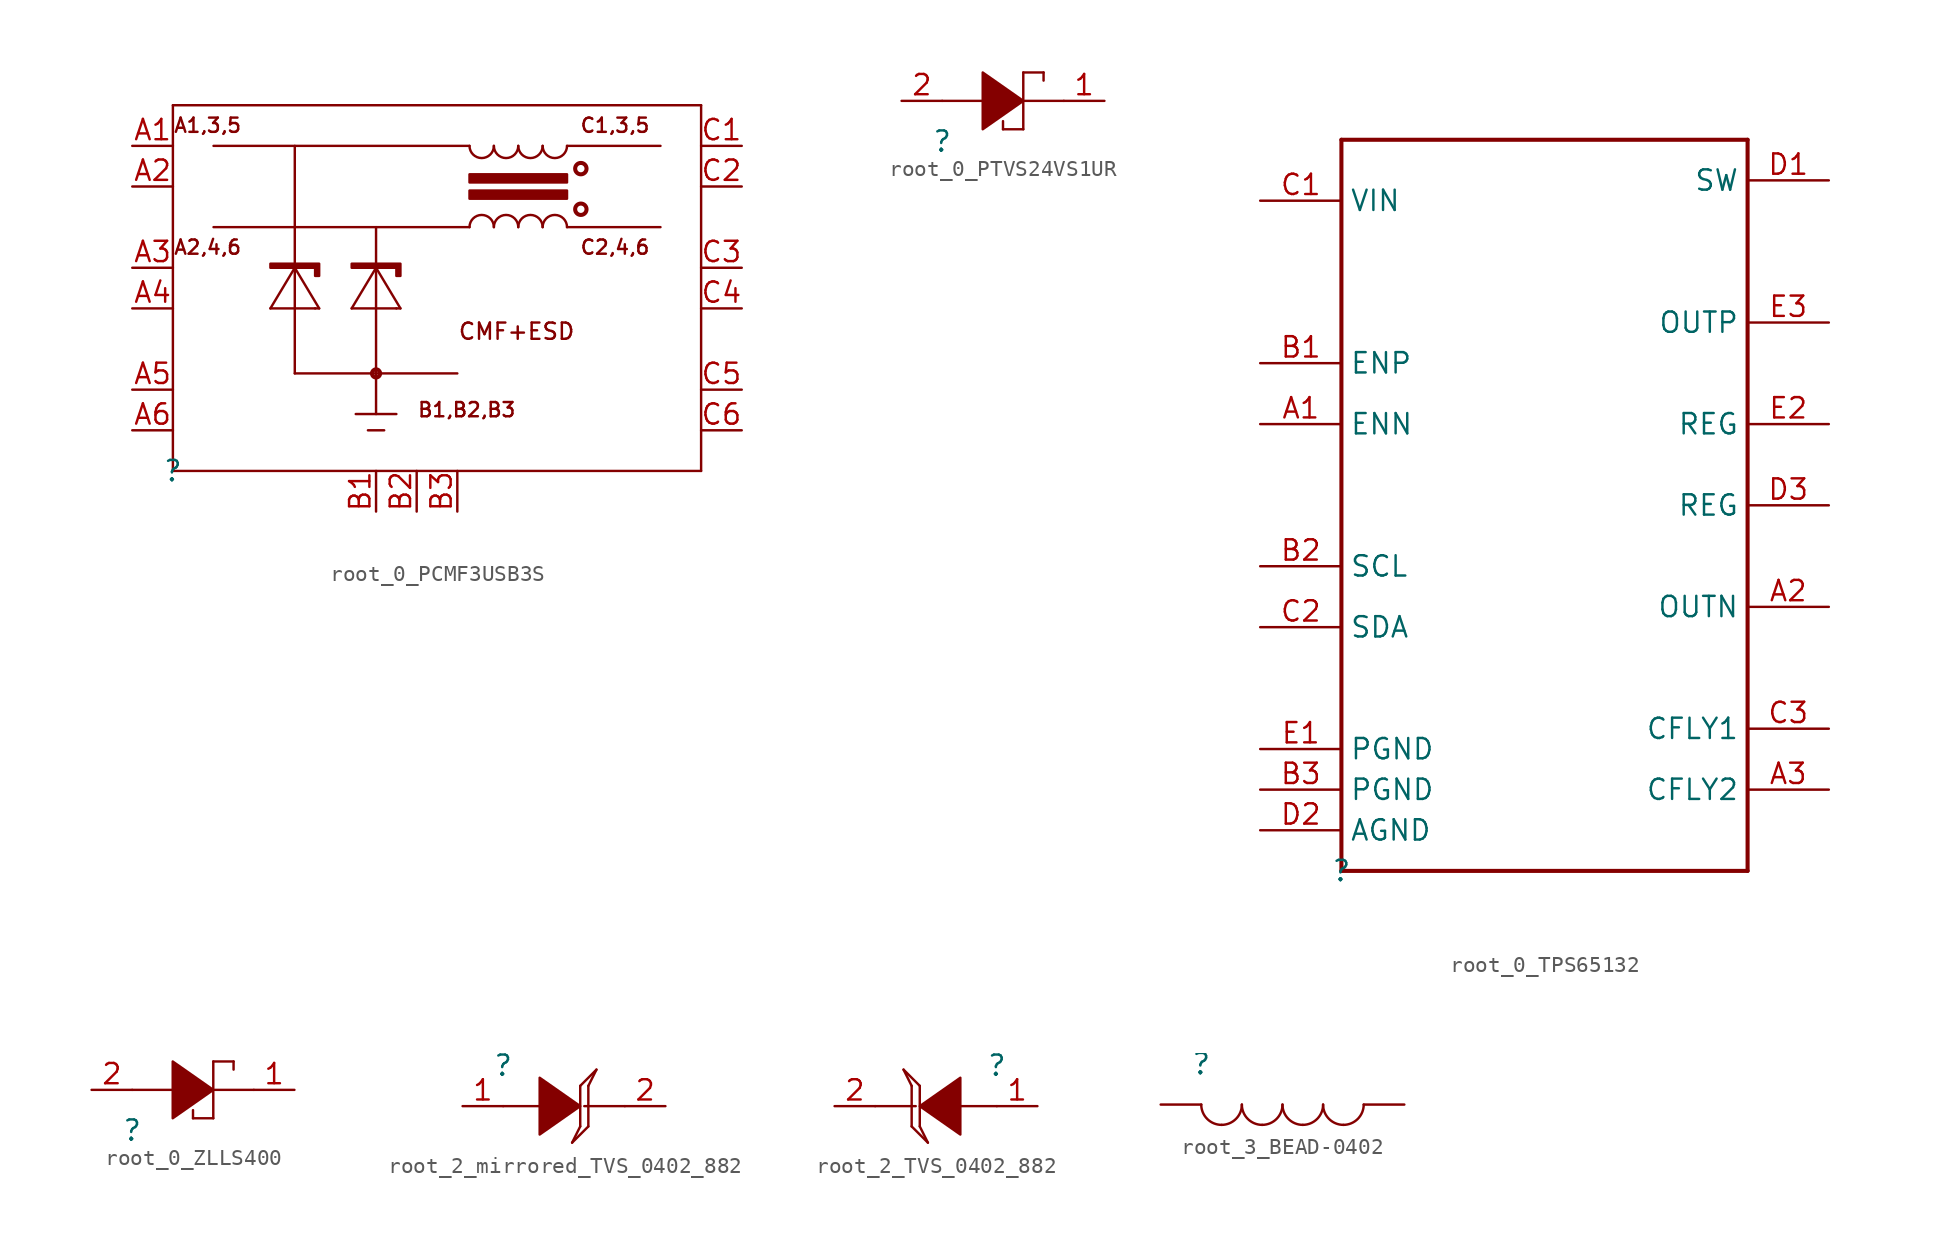
<source format=kicad_sym>
(kicad_symbol_lib
  (version 20220914)
  (generator kicad_symbol_editor)
  (symbol "root_0_PCMF3USB3S"
    (property "Reference" ""
      (at 0 0 0)
      (effects (font (size 1.27 1.27))))
    (property "Value" ""
      (at 0 0 0)
      (effects (font (size 1.27 1.27))))
    (symbol "root_0_PCMF3USB3S_1_0"
      (polyline (pts (xy 0 0) (xy 0 22.86)) (stroke (width 0) (type solid)) (fill (type none)))
      (polyline (pts (xy 0 22.86) (xy 33.02 22.86)) (stroke (width 0) (type solid)) (fill (type none)))
      (polyline (pts (xy 6.096 10.16) (xy 8.89 10.16)) (stroke (width 0) (type solid)) (fill (type none)))
      (polyline (pts (xy 7.62 6.096) (xy 7.62 20.32)) (stroke (width 0) (type solid)) (fill (type none)))
      (polyline (pts (xy 7.62 6.096) (xy 17.78 6.096)) (stroke (width 0) (type solid)) (fill (type none)))
      (polyline (pts (xy 7.62 12.7) (xy 6.096 10.16)) (stroke (width 0) (type solid)) (fill (type none)))
      (polyline (pts (xy 7.62 12.7) (xy 7.62 12.7)) (stroke (width 0) (type solid)) (fill (type none)))
      (polyline (pts (xy 8.89 10.16) (xy 9.144 10.16)) (stroke (width 0) (type solid)) (fill (type none)))
      (polyline (pts (xy 9.144 10.16) (xy 7.62 12.7)) (stroke (width 0) (type solid)) (fill (type none)))
      (polyline (pts (xy 11.176 10.16) (xy 13.97 10.16)) (stroke (width 0) (type solid)) (fill (type none)))
      (polyline (pts (xy 11.43 3.556) (xy 13.97 3.556)) (stroke (width 0) (type solid)) (fill (type none)))
      (polyline (pts (xy 12.192 2.54) (xy 13.208 2.54)) (stroke (width 0) (type solid)) (fill (type none)))
      (polyline (pts (xy 12.7 3.556) (xy 12.7 15.24)) (stroke (width 0) (type solid)) (fill (type none)))
      (polyline (pts (xy 12.7 12.7) (xy 11.176 10.16)) (stroke (width 0) (type solid)) (fill (type none)))
      (polyline (pts (xy 12.7 12.7) (xy 12.7 12.7)) (stroke (width 0) (type solid)) (fill (type none)))
      (polyline (pts (xy 13.97 10.16) (xy 14.224 10.16)) (stroke (width 0) (type solid)) (fill (type none)))
      (polyline (pts (xy 14.224 10.16) (xy 12.7 12.7)) (stroke (width 0) (type solid)) (fill (type none)))
      (polyline (pts (xy 18.542 15.24) (xy 2.54 15.24)) (stroke (width 0) (type solid)) (fill (type none)))
      (polyline (pts (xy 18.542 20.32) (xy 2.54 20.32)) (stroke (width 0) (type solid)) (fill (type none)))
      (polyline (pts (xy 24.638 15.24) (xy 30.48 15.24)) (stroke (width 0) (type solid)) (fill (type none)))
      (polyline (pts (xy 24.638 20.32) (xy 30.48 20.32)) (stroke (width 0) (type solid)) (fill (type none)))
      (polyline (pts (xy 33.02 0) (xy 0 0)) (stroke (width 0) (type solid)) (fill (type none)))
      (polyline (pts (xy 33.02 22.86) (xy 33.02 0)) (stroke (width 0) (type solid)) (fill (type none)))
      (polyline (pts (xy 18.542 17.018) (xy 18.542 17.526) (xy 24.638 17.526) (xy 24.638 17.018) (xy 18.542 17.018) (xy 18.542 17.018)) (stroke (width 0) (type solid)) (fill (type outline)))
      (polyline (pts (xy 18.542 18.034) (xy 18.542 18.542) (xy 24.638 18.542) (xy 24.638 18.034) (xy 18.542 18.034) (xy 18.542 18.034)) (stroke (width 0) (type solid)) (fill (type outline)))
      (polyline (pts (xy 6.096 12.7) (xy 6.096 12.7) (xy 8.89 12.7) (xy 8.89 12.192) (xy 9.144 12.192) (xy 9.144 12.954) (xy 6.096 12.954) (xy 6.096 12.7) (xy 6.096 12.7)) (stroke (width 0) (type solid)) (fill (type outline)))
      (polyline (pts (xy 11.176 12.7) (xy 11.176 12.7) (xy 13.97 12.7) (xy 13.97 12.192) (xy 14.224 12.192) (xy 14.224 12.954) (xy 11.176 12.954) (xy 11.176 12.7) (xy 11.176 12.7)) (stroke (width 0) (type solid)) (fill (type outline)))
      (circle (center 12.7 6.096) (radius 0.254) (stroke (width 0.254) (type solid)) (fill (type none)))
      (arc (start 18.542 20.32) (mid 19.304 19.558) (end 20.066 20.32) (stroke (width 0) (type solid)) (fill (type none)))
      (arc (start 20.066 15.24) (mid 19.304 16.002) (end 18.542 15.24) (stroke (width 0) (type solid)) (fill (type none)))
      (arc (start 20.066 20.32) (mid 20.828 19.558) (end 21.59 20.32) (stroke (width 0) (type solid)) (fill (type none)))
      (arc (start 21.59 15.24) (mid 20.828 16.002) (end 20.066 15.24) (stroke (width 0) (type solid)) (fill (type none)))
      (arc (start 21.59 20.32) (mid 22.352 19.558) (end 23.114 20.32) (stroke (width 0) (type solid)) (fill (type none)))
      (arc (start 23.114 15.24) (mid 22.352 16.002) (end 21.59 15.24) (stroke (width 0) (type solid)) (fill (type none)))
      (arc (start 23.114 20.32) (mid 23.876 19.558) (end 24.638 20.32) (stroke (width 0) (type solid)) (fill (type none)))
      (arc (start 24.638 15.24) (mid 23.876 16.002) (end 23.114 15.24) (stroke (width 0) (type solid)) (fill (type none)))
      (circle (center 25.502 16.358) (radius 0.356) (stroke (width 0.254) (type solid)) (fill (type none)))
      (circle (center 25.502 18.898) (radius 0.356) (stroke (width 0.254) (type solid)) (fill (type none)))
      (text "A1,3,5" (at 0 21.082 0) (effects (font (size 0.889 0.889)) (justify left bottom)))
      (text "A2,4,6" (at 0 13.462 0) (effects (font (size 0.889 0.889)) (justify left bottom)))
      (text "B1,B2,B3" (at 15.24 3.302 0) (effects (font (size 0.889 0.889)) (justify left bottom)))
      (text "C1,3,5" (at 25.4 21.082 0) (effects (font (size 0.889 0.889)) (justify left bottom)))
      (text "C2,4,6" (at 25.4 13.462 0) (effects (font (size 0.889 0.889)) (justify left bottom)))
      (text "CMF+ESD" (at 17.78 8.128 0) (effects (font (size 1.016 1.016)) (justify left bottom)))
      (pin passive line (at -2.54 20.32 0) (length 2.54) (name "CH1_IN+" (effects (font (size 0 0)))) (number "A1" (effects (font (size 1.27 1.27)))))
      (pin passive line (at -2.54 17.78 0) (length 2.54) (name "CH1_IN-" (effects (font (size 0 0)))) (number "A2" (effects (font (size 1.27 1.27)))))
      (pin passive line (at -2.54 12.7 0) (length 2.54) (name "CH2_IN+" (effects (font (size 0 0)))) (number "A3" (effects (font (size 1.27 1.27)))))
      (pin passive line (at -2.54 10.16 0) (length 2.54) (name "CH2_IN-" (effects (font (size 0 0)))) (number "A4" (effects (font (size 1.27 1.27)))))
      (pin passive line (at -2.54 5.08 0) (length 2.54) (name "CH3_IN+" (effects (font (size 0 0)))) (number "A5" (effects (font (size 1.27 1.27)))))
      (pin passive line (at -2.54 2.54 0) (length 2.54) (name "CH3_IN-" (effects (font (size 0 0)))) (number "A6" (effects (font (size 1.27 1.27)))))
      (pin power_in line (at 12.7 -2.54 90) (length 2.54) (name "GND_CH1" (effects (font (size 0 0)))) (number "B1" (effects (font (size 1.27 1.27)))))
      (pin power_in line (at 15.24 -2.54 90) (length 2.54) (name "GND_CH2" (effects (font (size 0 0)))) (number "B2" (effects (font (size 1.27 1.27)))))
      (pin power_in line (at 17.78 -2.54 90) (length 2.54) (name "GND_CH3" (effects (font (size 0 0)))) (number "B3" (effects (font (size 1.27 1.27)))))
      (pin passive line (at 35.56 20.32 180) (length 2.54) (name "CH1_OUT+" (effects (font (size 0 0)))) (number "C1" (effects (font (size 1.27 1.27)))))
      (pin passive line (at 35.56 17.78 180) (length 2.54) (name "CH1_OUT-" (effects (font (size 0 0)))) (number "C2" (effects (font (size 1.27 1.27)))))
      (pin passive line (at 35.56 12.7 180) (length 2.54) (name "CH2_OUT+" (effects (font (size 0 0)))) (number "C3" (effects (font (size 1.27 1.27)))))
      (pin passive line (at 35.56 10.16 180) (length 2.54) (name "CH2_OUT-" (effects (font (size 0 0)))) (number "C4" (effects (font (size 1.27 1.27)))))
      (pin passive line (at 35.56 5.08 180) (length 2.54) (name "CH3_OUT+" (effects (font (size 0 0)))) (number "C5" (effects (font (size 1.27 1.27)))))
      (pin passive line (at 35.56 2.54 180) (length 2.54) (name "CH3_OUT-" (effects (font (size 0 0)))) (number "C6" (effects (font (size 1.27 1.27)))))))
  (symbol "root_0_PTVS24VS1UR"
    (property "Reference" ""
      (at 0 0 0)
      (effects (font (size 1.27 1.27))))
    (property "Value" ""
      (at 0 0 0)
      (effects (font (size 1.27 1.27))))
    (symbol "root_0_PTVS24VS1UR_1_0"
      (polyline (pts (xy 0 2.54) (xy 2.54 2.54)) (stroke (width 0) (type solid)) (fill (type none)))
      (polyline (pts (xy 3.81 0.762) (xy 3.81 1.27)) (stroke (width 0) (type solid)) (fill (type none)))
      (polyline (pts (xy 5.08 0.762) (xy 3.81 0.762)) (stroke (width 0) (type solid)) (fill (type none)))
      (polyline (pts (xy 5.08 2.54) (xy 7.62 2.54)) (stroke (width 0) (type solid)) (fill (type none)))
      (polyline (pts (xy 5.08 4.318) (xy 5.08 0.762)) (stroke (width 0) (type solid)) (fill (type none)))
      (polyline (pts (xy 5.08 4.318) (xy 6.35 4.318)) (stroke (width 0) (type solid)) (fill (type none)))
      (polyline (pts (xy 6.35 4.318) (xy 6.35 3.81)) (stroke (width 0) (type solid)) (fill (type none)))
      (polyline (pts (xy 5.08 2.54) (xy 5.08 2.54) (xy 2.54 0.762) (xy 2.54 4.318) (xy 5.08 2.54) (xy 5.08 2.54)) (stroke (width 0) (type solid)) (fill (type outline)))
      (pin passive line (at 10.16 2.54 180) (length 2.54) (name "C" (effects (font (size 0 0)))) (number "1" (effects (font (size 1.27 1.27)))))
      (pin passive line (at -2.54 2.54 0) (length 2.54) (name "A" (effects (font (size 0 0)))) (number "2" (effects (font (size 1.27 1.27)))))))
  (symbol "root_0_TPS65132"
    (property "Reference" ""
      (at 0 0 0)
      (effects (font (size 1.27 1.27))))
    (property "Value" ""
      (at 0 0 0)
      (effects (font (size 1.27 1.27))))
    (symbol "root_0_TPS65132_1_0"
      (polyline (pts (xy 0 0) (xy 25.4 0)) (stroke (width 0.254) (type solid)) (fill (type none)))
      (polyline (pts (xy 0 45.72) (xy 0 0)) (stroke (width 0.254) (type solid)) (fill (type none)))
      (polyline (pts (xy 25.4 0) (xy 25.4 45.72)) (stroke (width 0.254) (type solid)) (fill (type none)))
      (polyline (pts (xy 25.4 45.72) (xy 0 45.72)) (stroke (width 0.254) (type solid)) (fill (type none)))
      (pin passive line (at -5.08 27.94 0) (length 5.08) (name "ENN" (effects (font (size 1.27 1.27)))) (number "A1" (effects (font (size 1.27 1.27)))))
      (pin passive line (at 30.48 16.51 180) (length 5.08) (name "OUTN" (effects (font (size 1.27 1.27)))) (number "A2" (effects (font (size 1.27 1.27)))))
      (pin passive line (at 30.48 5.08 180) (length 5.08) (name "CFLY2" (effects (font (size 1.27 1.27)))) (number "A3" (effects (font (size 1.27 1.27)))))
      (pin passive line (at -5.08 31.75 0) (length 5.08) (name "ENP" (effects (font (size 1.27 1.27)))) (number "B1" (effects (font (size 1.27 1.27)))))
      (pin passive line (at -5.08 19.05 0) (length 5.08) (name "SCL" (effects (font (size 1.27 1.27)))) (number "B2" (effects (font (size 1.27 1.27)))))
      (pin passive line (at -5.08 5.08 0) (length 5.08) (name "PGND" (effects (font (size 1.27 1.27)))) (number "B3" (effects (font (size 1.27 1.27)))))
      (pin passive line (at -5.08 41.91 0) (length 5.08) (name "VIN" (effects (font (size 1.27 1.27)))) (number "C1" (effects (font (size 1.27 1.27)))))
      (pin passive line (at -5.08 15.24 0) (length 5.08) (name "SDA" (effects (font (size 1.27 1.27)))) (number "C2" (effects (font (size 1.27 1.27)))))
      (pin passive line (at 30.48 8.89 180) (length 5.08) (name "CFLY1" (effects (font (size 1.27 1.27)))) (number "C3" (effects (font (size 1.27 1.27)))))
      (pin passive line (at 30.48 43.18 180) (length 5.08) (name "SW" (effects (font (size 1.27 1.27)))) (number "D1" (effects (font (size 1.27 1.27)))))
      (pin passive line (at -5.08 2.54 0) (length 5.08) (name "AGND" (effects (font (size 1.27 1.27)))) (number "D2" (effects (font (size 1.27 1.27)))))
      (pin passive line (at 30.48 22.86 180) (length 5.08) (name "REG" (effects (font (size 1.27 1.27)))) (number "D3" (effects (font (size 1.27 1.27)))))
      (pin passive line (at -5.08 7.62 0) (length 5.08) (name "PGND" (effects (font (size 1.27 1.27)))) (number "E1" (effects (font (size 1.27 1.27)))))
      (pin passive line (at 30.48 27.94 180) (length 5.08) (name "REG" (effects (font (size 1.27 1.27)))) (number "E2" (effects (font (size 1.27 1.27)))))
      (pin passive line (at 30.48 34.29 180) (length 5.08) (name "OUTP" (effects (font (size 1.27 1.27)))) (number "E3" (effects (font (size 1.27 1.27)))))))
  (symbol "root_0_ZLLS400"
    (property "Reference" ""
      (at 0 0 0)
      (effects (font (size 1.27 1.27))))
    (property "Value" ""
      (at 0 0 0)
      (effects (font (size 1.27 1.27))))
    (symbol "root_0_ZLLS400_1_0"
      (polyline (pts (xy 0 2.54) (xy 2.54 2.54)) (stroke (width 0) (type solid)) (fill (type none)))
      (polyline (pts (xy 3.81 0.762) (xy 3.81 1.27)) (stroke (width 0) (type solid)) (fill (type none)))
      (polyline (pts (xy 5.08 0.762) (xy 3.81 0.762)) (stroke (width 0) (type solid)) (fill (type none)))
      (polyline (pts (xy 5.08 2.54) (xy 7.62 2.54)) (stroke (width 0) (type solid)) (fill (type none)))
      (polyline (pts (xy 5.08 4.318) (xy 5.08 0.762)) (stroke (width 0) (type solid)) (fill (type none)))
      (polyline (pts (xy 5.08 4.318) (xy 6.35 4.318)) (stroke (width 0) (type solid)) (fill (type none)))
      (polyline (pts (xy 6.35 4.318) (xy 6.35 3.81)) (stroke (width 0) (type solid)) (fill (type none)))
      (polyline (pts (xy 5.08 2.54) (xy 5.08 2.54) (xy 2.54 0.762) (xy 2.54 4.318) (xy 5.08 2.54) (xy 5.08 2.54)) (stroke (width 0) (type solid)) (fill (type outline)))
      (pin passive line (at 10.16 2.54 180) (length 2.54) (name "C" (effects (font (size 0 0)))) (number "1" (effects (font (size 1.27 1.27)))))
      (pin passive line (at -2.54 2.54 0) (length 2.54) (name "A" (effects (font (size 0 0)))) (number "2" (effects (font (size 1.27 1.27)))))))
  (symbol "root_2_mirrored_TVS_0402_882"
    (property "Reference" ""
      (at 0 0 0)
      (effects (font (size 1.27 1.27))))
    (property "Value" ""
      (at 0 0 0)
      (effects (font (size 1.27 1.27))))
    (symbol "root_2_mirrored_TVS_0402_882_1_0"
      (polyline (pts (xy 0 -2.54) (xy 2.54 -2.54)) (stroke (width 0) (type solid)) (fill (type none)))
      (polyline (pts (xy 4.826 -3.81) (xy 4.318 -4.826)) (stroke (width 0) (type solid)) (fill (type none)))
      (polyline (pts (xy 4.826 -1.27) (xy 4.826 -3.81)) (stroke (width 0) (type solid)) (fill (type none)))
      (polyline (pts (xy 4.826 -1.27) (xy 5.842 -0.254)) (stroke (width 0) (type solid)) (fill (type none)))
      (polyline (pts (xy 5.08 -2.54) (xy 7.62 -2.54)) (stroke (width 0) (type solid)) (fill (type none)))
      (polyline (pts (xy 5.334 -3.81) (xy 4.318 -4.826)) (stroke (width 0) (type solid)) (fill (type none)))
      (polyline (pts (xy 5.334 -1.27) (xy 5.334 -3.81)) (stroke (width 0) (type solid)) (fill (type none)))
      (polyline (pts (xy 5.334 -1.27) (xy 5.842 -0.254)) (stroke (width 0) (type solid)) (fill (type none)))
      (polyline (pts (xy 4.826 -2.54) (xy 4.826 -2.54) (xy 2.286 -0.762) (xy 2.286 -4.318) (xy 4.826 -2.54) (xy 4.826 -2.54)) (stroke (width 0) (type solid)) (fill (type outline)))
      (pin passive line (at -2.54 -2.54 0) (length 2.54) (name "A1" (effects (font (size 0 0)))) (number "1" (effects (font (size 1.27 1.27)))))
      (pin passive line (at 10.16 -2.54 180) (length 2.54) (name "A2" (effects (font (size 0 0)))) (number "2" (effects (font (size 1.27 1.27)))))))
  (symbol "root_2_TVS_0402_882"
    (property "Reference" ""
      (at 0 0 0)
      (effects (font (size 1.27 1.27))))
    (property "Value" ""
      (at 0 0 0)
      (effects (font (size 1.27 1.27))))
    (symbol "root_2_TVS_0402_882_1_0"
      (polyline (pts (xy -5.334 -3.81) (xy -4.318 -4.826)) (stroke (width 0) (type solid)) (fill (type none)))
      (polyline (pts (xy -5.334 -1.27) (xy -5.842 -0.254)) (stroke (width 0) (type solid)) (fill (type none)))
      (polyline (pts (xy -5.334 -1.27) (xy -5.334 -3.81)) (stroke (width 0) (type solid)) (fill (type none)))
      (polyline (pts (xy -5.08 -2.54) (xy -7.62 -2.54)) (stroke (width 0) (type solid)) (fill (type none)))
      (polyline (pts (xy -4.826 -3.81) (xy -4.318 -4.826)) (stroke (width 0) (type solid)) (fill (type none)))
      (polyline (pts (xy -4.826 -1.27) (xy -5.842 -0.254)) (stroke (width 0) (type solid)) (fill (type none)))
      (polyline (pts (xy -4.826 -1.27) (xy -4.826 -3.81)) (stroke (width 0) (type solid)) (fill (type none)))
      (polyline (pts (xy 0 -2.54) (xy -2.54 -2.54)) (stroke (width 0) (type solid)) (fill (type none)))
      (polyline (pts (xy -4.826 -2.54) (xy -4.826 -2.54) (xy -2.286 -0.762) (xy -2.286 -4.318) (xy -4.826 -2.54) (xy -4.826 -2.54)) (stroke (width 0) (type solid)) (fill (type outline)))
      (pin passive line (at 2.54 -2.54 180) (length 2.54) (name "A1" (effects (font (size 0 0)))) (number "1" (effects (font (size 1.27 1.27)))))
      (pin passive line (at -10.16 -2.54 0) (length 2.54) (name "A2" (effects (font (size 0 0)))) (number "2" (effects (font (size 1.27 1.27)))))))
  (symbol "root_3_BEAD-0402"
    (property "Reference" ""
      (at 0 0 0)
      (effects (font (size 1.27 1.27))))
    (property "Value" ""
      (at 0 0 0)
      (effects (font (size 1.27 1.27))))
    (symbol "root_3_BEAD-0402_1_0"
      (arc (start 0 -2.54) (mid 0.372 -3.438) (end 1.27 -3.81) (stroke (width 0) (type solid)) (fill (type none)))
      (arc (start 1.27 -3.81) (mid 2.168 -3.438) (end 2.54 -2.54) (stroke (width 0) (type solid)) (fill (type none)))
      (arc (start 2.54 -2.54) (mid 2.912 -3.438) (end 3.81 -3.81) (stroke (width 0) (type solid)) (fill (type none)))
      (arc (start 3.81 -3.81) (mid 4.708 -3.438) (end 5.08 -2.54) (stroke (width 0) (type solid)) (fill (type none)))
      (arc (start 5.08 -2.54) (mid 5.452 -3.438) (end 6.35 -3.81) (stroke (width 0) (type solid)) (fill (type none)))
      (arc (start 6.35 -3.81) (mid 7.248 -3.438) (end 7.62 -2.54) (stroke (width 0) (type solid)) (fill (type none)))
      (arc (start 7.62 -2.54) (mid 7.992 -3.438) (end 8.89 -3.81) (stroke (width 0) (type solid)) (fill (type none)))
      (arc (start 8.89 -3.81) (mid 9.788 -3.438) (end 10.16 -2.54) (stroke (width 0) (type solid)) (fill (type none)))
      (pin passive line (at 12.7 -2.54 180) (length 2.54) (name "1" (effects (font (size 0 0)))) (number "1" (effects (font (size 0 0)))))
      (pin passive line (at -2.54 -2.54 0) (length 2.54) (name "2" (effects (font (size 0 0)))) (number "2" (effects (font (size 0 0))))))))
</source>
